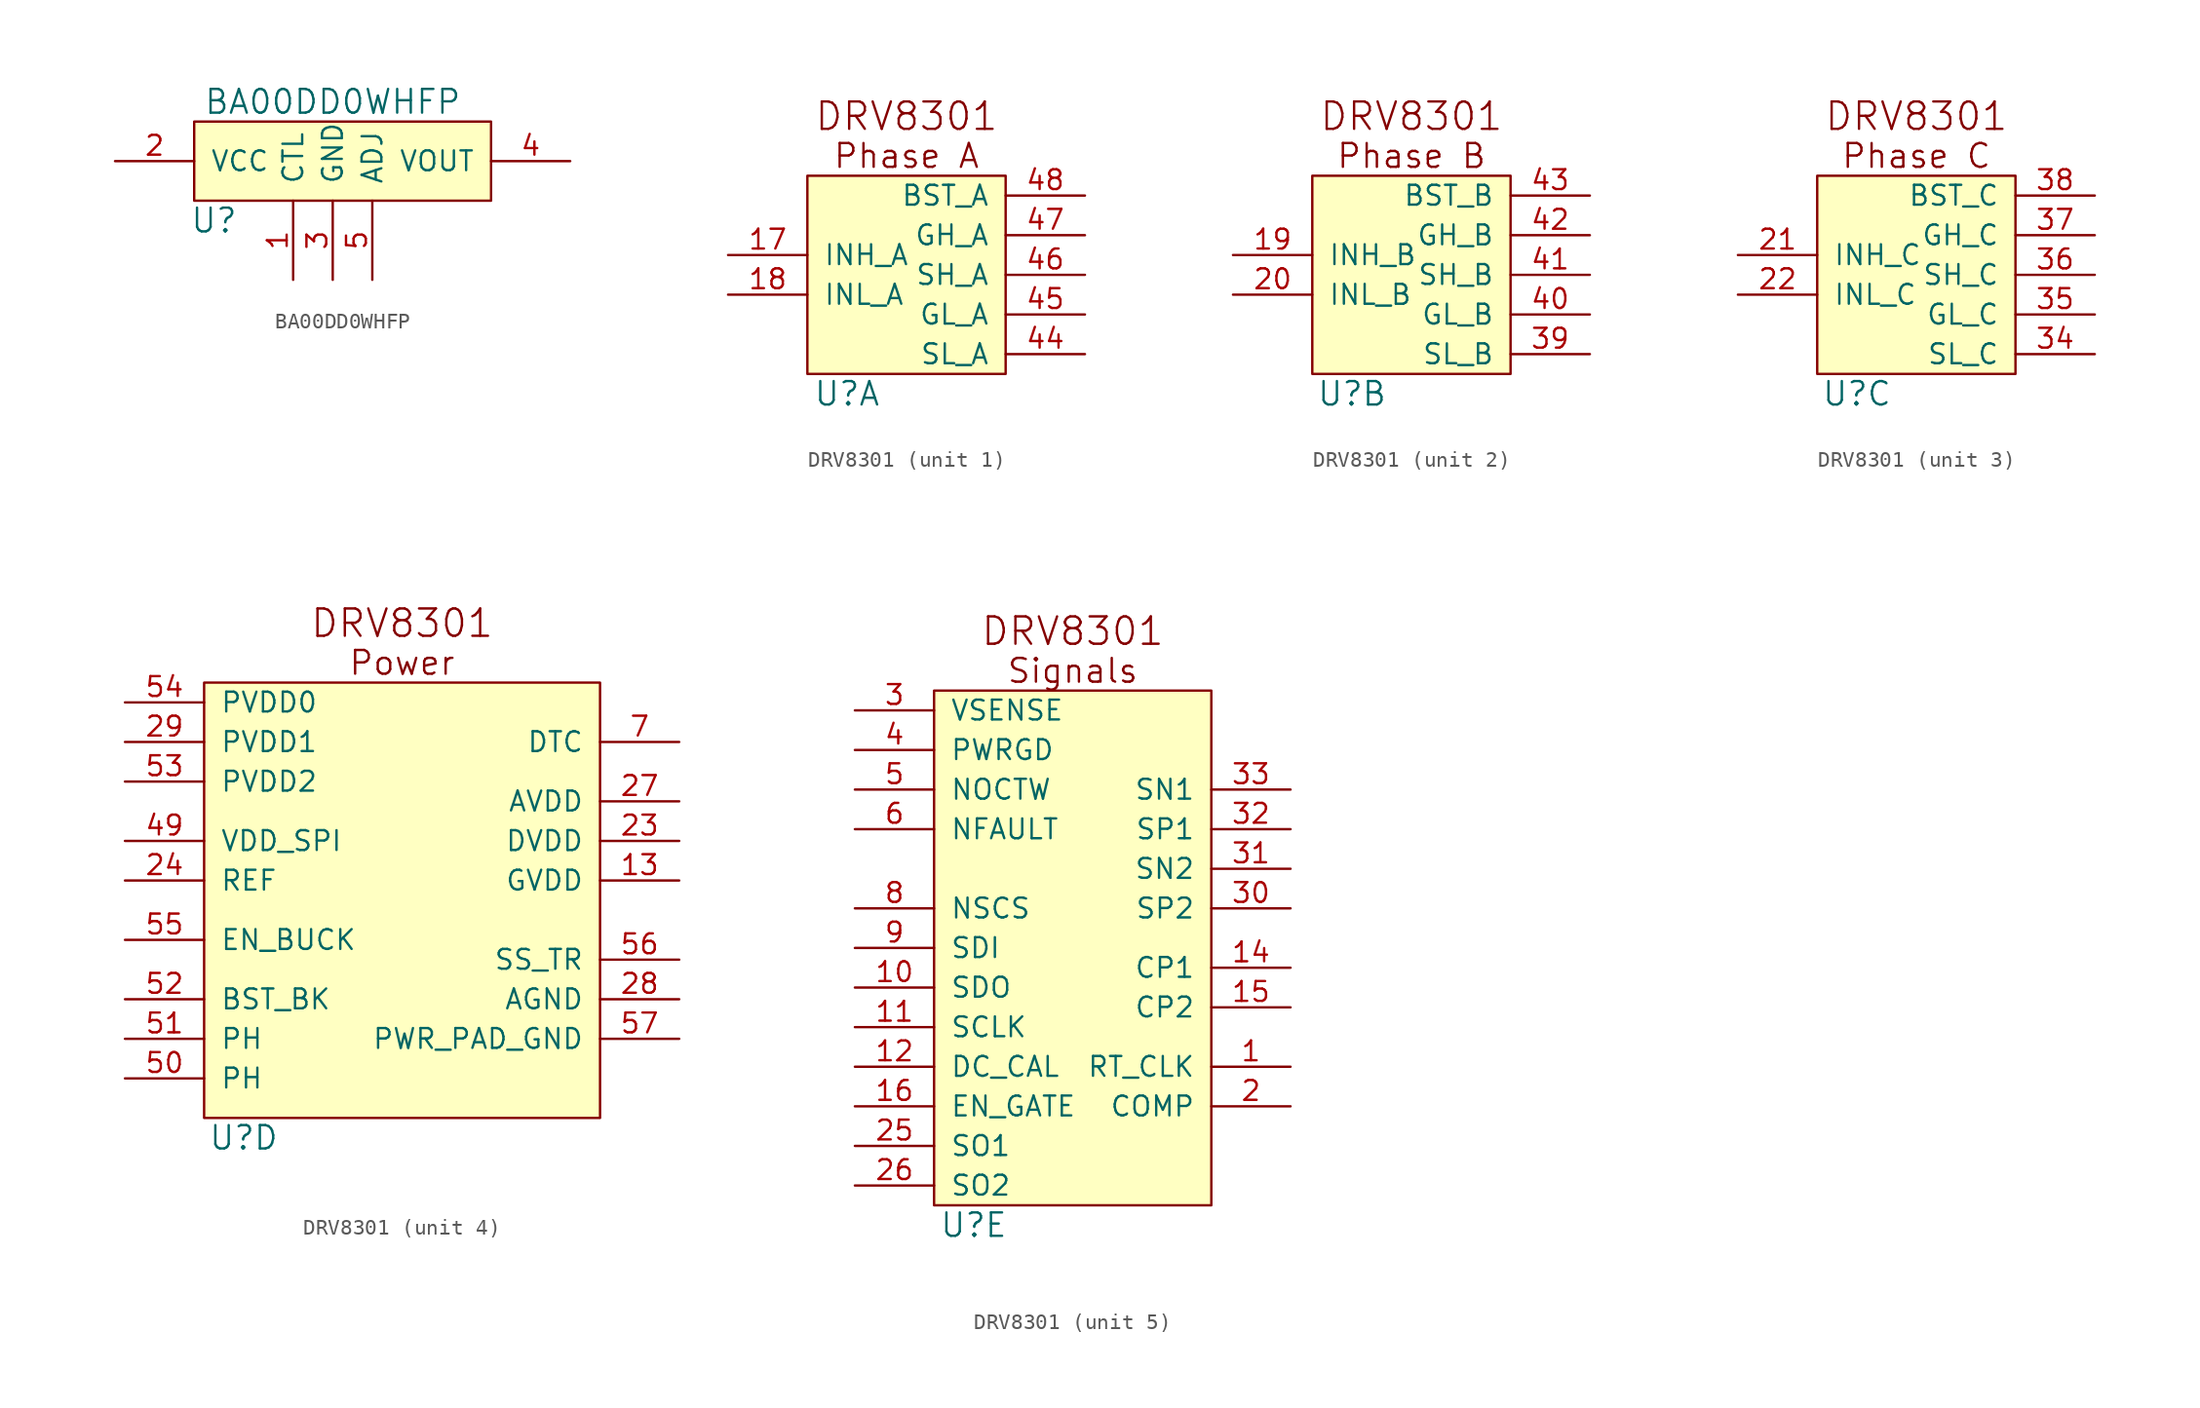
<source format=kicad_sym>
(kicad_symbol_lib
  (version 20220914)
  (generator kicad_symbol_editor)
  (symbol "BA00DD0WHFP"
    (pin_names
      (offset 1.016))
    (property "Reference" "U"
      (at 1.27 -1.27 0)
      (effects (font (size 1.524 1.524))))
    (property "Value" "BA00DD0WHFP"
      (at 8.89 6.35 0)
      (effects (font (size 1.524 1.524))))
    (symbol "BA00DD0WHFP_0_1"
      (rectangle (start 0 5.08) (end 19.05 0) (stroke (width 0) (type default)) (fill (type background))))
    (symbol "BA00DD0WHFP_1_1"
      (pin input line (at 6.35 -5.08 90) (length 5.08) (name "CTL" (effects (font (size 1.27 1.27)))) (number "1" (effects (font (size 1.27 1.27)))))
      (pin input line (at -5.08 2.54 0) (length 5.08) (name "VCC" (effects (font (size 1.27 1.27)))) (number "2" (effects (font (size 1.27 1.27)))))
      (pin input line (at 8.89 -5.08 90) (length 5.08) (name "GND" (effects (font (size 1.27 1.27)))) (number "3" (effects (font (size 1.27 1.27)))))
      (pin input line (at 24.13 2.54 180) (length 5.08) (name "VOUT" (effects (font (size 1.27 1.27)))) (number "4" (effects (font (size 1.27 1.27)))))
      (pin input line (at 11.43 -5.08 90) (length 5.08) (name "ADJ" (effects (font (size 1.27 1.27)))) (number "5" (effects (font (size 1.27 1.27)))))))
  (symbol "DRV8301"
    (pin_names
      (offset 1.016))
    (property "Reference" "U"
      (at 2.54 -1.27 0)
      (effects (font (size 1.499 1.499))))
    (property "ki_locked" ""
      (at 0 0 0)
      (effects (font (size 1.27 1.27))))
    (symbol "DRV8301_1_0"
      (text "DRV8301" (at 6.35 16.51 0) (effects (font (size 1.753 1.753))))
      (text "Phase A" (at 6.35 13.97 0) (effects (font (size 1.524 1.524)))))
    (symbol "DRV8301_1_1"
      (rectangle (start 12.7 12.7) (end 0 0) (stroke (width 0) (type default)) (fill (type background)))
      (pin input line (at -5.08 7.62 0) (length 5.08) (name "INH_A" (effects (font (size 1.27 1.27)))) (number "17" (effects (font (size 1.27 1.27)))))
      (pin input line (at -5.08 5.08 0) (length 5.08) (name "INL_A" (effects (font (size 1.27 1.27)))) (number "18" (effects (font (size 1.27 1.27)))))
      (pin input line (at 17.78 1.27 180) (length 5.08) (name "SL_A" (effects (font (size 1.27 1.27)))) (number "44" (effects (font (size 1.27 1.27)))))
      (pin input line (at 17.78 3.81 180) (length 5.08) (name "GL_A" (effects (font (size 1.27 1.27)))) (number "45" (effects (font (size 1.27 1.27)))))
      (pin input line (at 17.78 6.35 180) (length 5.08) (name "SH_A" (effects (font (size 1.27 1.27)))) (number "46" (effects (font (size 1.27 1.27)))))
      (pin input line (at 17.78 8.89 180) (length 5.08) (name "GH_A" (effects (font (size 1.27 1.27)))) (number "47" (effects (font (size 1.27 1.27)))))
      (pin input line (at 17.78 11.43 180) (length 5.08) (name "BST_A" (effects (font (size 1.27 1.27)))) (number "48" (effects (font (size 1.27 1.27))))))
    (symbol "DRV8301_2_0"
      (rectangle (start 12.7 12.7) (end 0 0) (stroke (width 0) (type default)) (fill (type background)))
      (text "DRV8301" (at 6.35 16.51 0) (effects (font (size 1.753 1.753))))
      (text "Phase B" (at 6.35 13.97 0) (effects (font (size 1.524 1.524)))))
    (symbol "DRV8301_2_1"
      (pin input line (at -5.08 7.62 0) (length 5.08) (name "INH_B" (effects (font (size 1.27 1.27)))) (number "19" (effects (font (size 1.27 1.27)))))
      (pin input line (at -5.08 5.08 0) (length 5.08) (name "INL_B" (effects (font (size 1.27 1.27)))) (number "20" (effects (font (size 1.27 1.27)))))
      (pin input line (at 17.78 1.27 180) (length 5.08) (name "SL_B" (effects (font (size 1.27 1.27)))) (number "39" (effects (font (size 1.27 1.27)))))
      (pin input line (at 17.78 3.81 180) (length 5.08) (name "GL_B" (effects (font (size 1.27 1.27)))) (number "40" (effects (font (size 1.27 1.27)))))
      (pin input line (at 17.78 6.35 180) (length 5.08) (name "SH_B" (effects (font (size 1.27 1.27)))) (number "41" (effects (font (size 1.27 1.27)))))
      (pin input line (at 17.78 8.89 180) (length 5.08) (name "GH_B" (effects (font (size 1.27 1.27)))) (number "42" (effects (font (size 1.27 1.27)))))
      (pin input line (at 17.78 11.43 180) (length 5.08) (name "BST_B" (effects (font (size 1.27 1.27)))) (number "43" (effects (font (size 1.27 1.27))))))
    (symbol "DRV8301_3_0"
      (rectangle (start 12.7 12.7) (end 0 0) (stroke (width 0) (type default)) (fill (type background)))
      (text "DRV8301" (at 6.35 16.51 0) (effects (font (size 1.753 1.753))))
      (text "Phase C" (at 6.35 13.97 0) (effects (font (size 1.524 1.524)))))
    (symbol "DRV8301_3_1"
      (pin input line (at -5.08 7.62 0) (length 5.08) (name "INH_C" (effects (font (size 1.27 1.27)))) (number "21" (effects (font (size 1.27 1.27)))))
      (pin input line (at -5.08 5.08 0) (length 5.08) (name "INL_C" (effects (font (size 1.27 1.27)))) (number "22" (effects (font (size 1.27 1.27)))))
      (pin input line (at 17.78 1.27 180) (length 5.08) (name "SL_C" (effects (font (size 1.27 1.27)))) (number "34" (effects (font (size 1.27 1.27)))))
      (pin input line (at 17.78 3.81 180) (length 5.08) (name "GL_C" (effects (font (size 1.27 1.27)))) (number "35" (effects (font (size 1.27 1.27)))))
      (pin input line (at 17.78 6.35 180) (length 5.08) (name "SH_C" (effects (font (size 1.27 1.27)))) (number "36" (effects (font (size 1.27 1.27)))))
      (pin input line (at 17.78 8.89 180) (length 5.08) (name "GH_C" (effects (font (size 1.27 1.27)))) (number "37" (effects (font (size 1.27 1.27)))))
      (pin input line (at 17.78 11.43 180) (length 5.08) (name "BST_C" (effects (font (size 1.27 1.27)))) (number "38" (effects (font (size 1.27 1.27))))))
    (symbol "DRV8301_4_0"
      (rectangle (start 0 27.94) (end 25.4 0) (stroke (width 0) (type default)) (fill (type background)))
      (text "DRV8301" (at 12.7 31.75 0) (effects (font (size 1.753 1.753))))
      (text "Power" (at 12.7 29.21 0) (effects (font (size 1.524 1.524)))))
    (symbol "DRV8301_4_1"
      (pin input line (at 30.48 15.24 180) (length 5.08) (name "GVDD" (effects (font (size 1.27 1.27)))) (number "13" (effects (font (size 1.27 1.27)))))
      (pin input line (at 30.48 17.78 180) (length 5.08) (name "DVDD" (effects (font (size 1.27 1.27)))) (number "23" (effects (font (size 1.27 1.27)))))
      (pin input line (at -5.08 15.24 0) (length 5.08) (name "REF" (effects (font (size 1.27 1.27)))) (number "24" (effects (font (size 1.27 1.27)))))
      (pin input line (at 30.48 20.32 180) (length 5.08) (name "AVDD" (effects (font (size 1.27 1.27)))) (number "27" (effects (font (size 1.27 1.27)))))
      (pin input line (at 30.48 7.62 180) (length 5.08) (name "AGND" (effects (font (size 1.27 1.27)))) (number "28" (effects (font (size 1.27 1.27)))))
      (pin input line (at -5.08 24.13 0) (length 5.08) (name "PVDD1" (effects (font (size 1.27 1.27)))) (number "29" (effects (font (size 1.27 1.27)))))
      (pin input line (at -5.08 17.78 0) (length 5.08) (name "VDD_SPI" (effects (font (size 1.27 1.27)))) (number "49" (effects (font (size 1.27 1.27)))))
      (pin input line (at -5.08 2.54 0) (length 5.08) (name "PH" (effects (font (size 1.27 1.27)))) (number "50" (effects (font (size 1.27 1.27)))))
      (pin input line (at -5.08 5.08 0) (length 5.08) (name "PH" (effects (font (size 1.27 1.27)))) (number "51" (effects (font (size 1.27 1.27)))))
      (pin input line (at -5.08 7.62 0) (length 5.08) (name "BST_BK" (effects (font (size 1.27 1.27)))) (number "52" (effects (font (size 1.27 1.27)))))
      (pin input line (at -5.08 21.59 0) (length 5.08) (name "PVDD2" (effects (font (size 1.27 1.27)))) (number "53" (effects (font (size 1.27 1.27)))))
      (pin input line (at -5.08 26.67 0) (length 5.08) (name "PVDD0" (effects (font (size 1.27 1.27)))) (number "54" (effects (font (size 1.27 1.27)))))
      (pin input line (at -5.08 11.43 0) (length 5.08) (name "EN_BUCK" (effects (font (size 1.27 1.27)))) (number "55" (effects (font (size 1.27 1.27)))))
      (pin input line (at 30.48 10.16 180) (length 5.08) (name "SS_TR" (effects (font (size 1.27 1.27)))) (number "56" (effects (font (size 1.27 1.27)))))
      (pin input line (at 30.48 5.08 180) (length 5.08) (name "PWR_PAD_GND" (effects (font (size 1.27 1.27)))) (number "57" (effects (font (size 1.27 1.27)))))
      (pin input line (at 30.48 24.13 180) (length 5.08) (name "DTC" (effects (font (size 1.27 1.27)))) (number "7" (effects (font (size 1.27 1.27))))))
    (symbol "DRV8301_5_0"
      (rectangle (start 0 33.02) (end 17.78 0) (stroke (width 0) (type default)) (fill (type background)))
      (text "DRV8301" (at 8.89 36.83 0) (effects (font (size 1.753 1.753))))
      (text "Signals" (at 8.89 34.29 0) (effects (font (size 1.524 1.524)))))
    (symbol "DRV8301_5_1"
      (pin input line (at 22.86 8.89 180) (length 5.08) (name "RT_CLK" (effects (font (size 1.27 1.27)))) (number "1" (effects (font (size 1.27 1.27)))))
      (pin input line (at -5.08 13.97 0) (length 5.08) (name "SDO" (effects (font (size 1.27 1.27)))) (number "10" (effects (font (size 1.27 1.27)))))
      (pin input line (at -5.08 11.43 0) (length 5.08) (name "SCLK" (effects (font (size 1.27 1.27)))) (number "11" (effects (font (size 1.27 1.27)))))
      (pin input line (at -5.08 8.89 0) (length 5.08) (name "DC_CAL" (effects (font (size 1.27 1.27)))) (number "12" (effects (font (size 1.27 1.27)))))
      (pin input line (at 22.86 15.24 180) (length 5.08) (name "CP1" (effects (font (size 1.27 1.27)))) (number "14" (effects (font (size 1.27 1.27)))))
      (pin input line (at 22.86 12.7 180) (length 5.08) (name "CP2" (effects (font (size 1.27 1.27)))) (number "15" (effects (font (size 1.27 1.27)))))
      (pin input line (at -5.08 6.35 0) (length 5.08) (name "EN_GATE" (effects (font (size 1.27 1.27)))) (number "16" (effects (font (size 1.27 1.27)))))
      (pin input line (at 22.86 6.35 180) (length 5.08) (name "COMP" (effects (font (size 1.27 1.27)))) (number "2" (effects (font (size 1.27 1.27)))))
      (pin input line (at -5.08 3.81 0) (length 5.08) (name "SO1" (effects (font (size 1.27 1.27)))) (number "25" (effects (font (size 1.27 1.27)))))
      (pin input line (at -5.08 1.27 0) (length 5.08) (name "SO2" (effects (font (size 1.27 1.27)))) (number "26" (effects (font (size 1.27 1.27)))))
      (pin input line (at -5.08 31.75 0) (length 5.08) (name "VSENSE" (effects (font (size 1.27 1.27)))) (number "3" (effects (font (size 1.27 1.27)))))
      (pin input line (at 22.86 19.05 180) (length 5.08) (name "SP2" (effects (font (size 1.27 1.27)))) (number "30" (effects (font (size 1.27 1.27)))))
      (pin input line (at 22.86 21.59 180) (length 5.08) (name "SN2" (effects (font (size 1.27 1.27)))) (number "31" (effects (font (size 1.27 1.27)))))
      (pin input line (at 22.86 24.13 180) (length 5.08) (name "SP1" (effects (font (size 1.27 1.27)))) (number "32" (effects (font (size 1.27 1.27)))))
      (pin input line (at 22.86 26.67 180) (length 5.08) (name "SN1" (effects (font (size 1.27 1.27)))) (number "33" (effects (font (size 1.27 1.27)))))
      (pin input line (at -5.08 29.21 0) (length 5.08) (name "PWRGD" (effects (font (size 1.27 1.27)))) (number "4" (effects (font (size 1.27 1.27)))))
      (pin input line (at -5.08 26.67 0) (length 5.08) (name "NOCTW" (effects (font (size 1.27 1.27)))) (number "5" (effects (font (size 1.27 1.27)))))
      (pin input line (at -5.08 24.13 0) (length 5.08) (name "NFAULT" (effects (font (size 1.27 1.27)))) (number "6" (effects (font (size 1.27 1.27)))))
      (pin input line (at -5.08 19.05 0) (length 5.08) (name "NSCS" (effects (font (size 1.27 1.27)))) (number "8" (effects (font (size 1.27 1.27)))))
      (pin input line (at -5.08 16.51 0) (length 5.08) (name "SDI" (effects (font (size 1.27 1.27)))) (number "9" (effects (font (size 1.27 1.27))))))))
</source>
